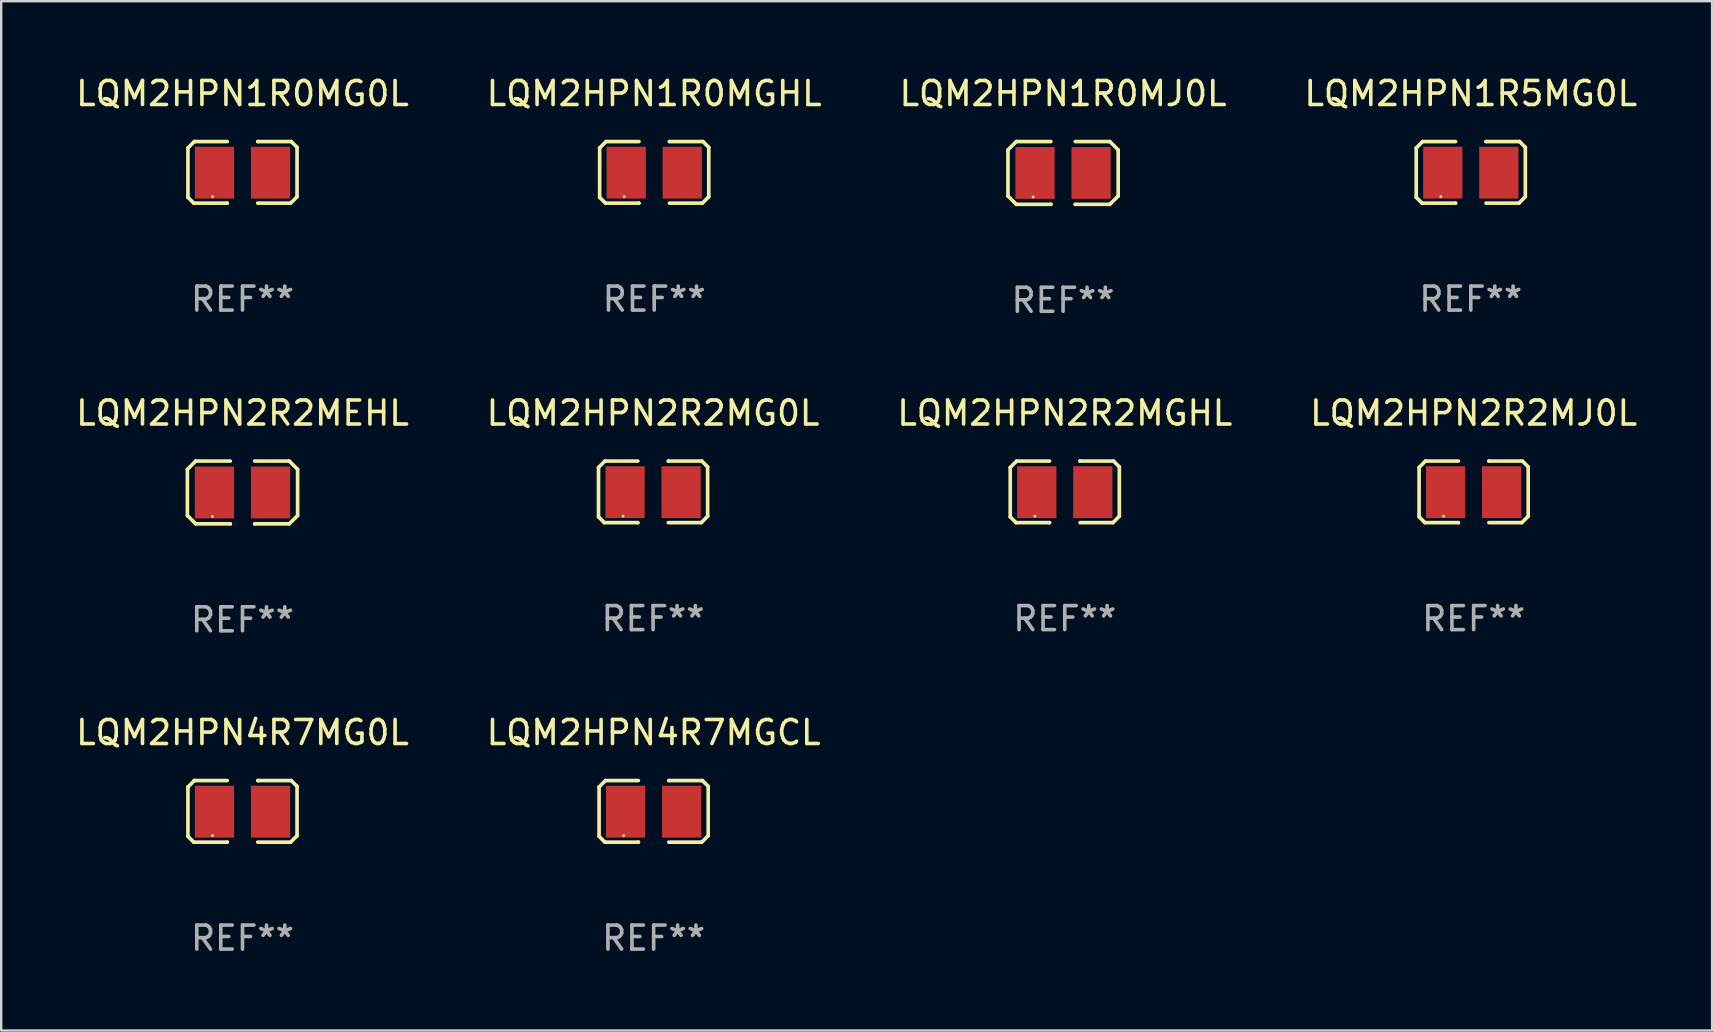
<source format=kicad_pcb>
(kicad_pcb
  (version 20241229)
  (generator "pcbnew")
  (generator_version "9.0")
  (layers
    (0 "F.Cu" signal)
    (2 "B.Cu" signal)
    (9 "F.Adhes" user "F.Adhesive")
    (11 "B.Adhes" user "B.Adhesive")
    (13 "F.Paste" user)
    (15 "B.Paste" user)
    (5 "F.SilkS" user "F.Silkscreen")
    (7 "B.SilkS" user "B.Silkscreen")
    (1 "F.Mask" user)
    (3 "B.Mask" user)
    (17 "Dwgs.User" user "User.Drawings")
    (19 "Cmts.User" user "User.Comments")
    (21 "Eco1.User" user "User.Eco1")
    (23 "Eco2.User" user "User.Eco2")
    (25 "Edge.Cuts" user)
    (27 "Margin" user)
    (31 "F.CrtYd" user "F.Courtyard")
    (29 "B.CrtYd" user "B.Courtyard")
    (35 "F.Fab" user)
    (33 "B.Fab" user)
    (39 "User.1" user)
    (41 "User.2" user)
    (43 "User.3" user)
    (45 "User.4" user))
  (footprint "LQM2HPN2R2MEHL"
    (layer "F.Cu")
    (at 7.054 17.469)
    (property "Reference" "LQM2HPN2R2MEHL" (at 0 -3.308 0) (layer "F.SilkS") (effects (font (size 1 1) (thickness 0.15))))
    (attr through_hole)
    (fp_line (start -2.296 -0.96) (end -1.948 -1.308) (stroke (width 0.152) (type solid)) (layer "F.SilkS"))
    (fp_line (start -2.296 0.96) (end -2.296 -0.96) (stroke (width 0.152) (type solid)) (layer "F.SilkS"))
    (fp_line (start -1.948 -1.308) (end -0.508 -1.308) (stroke (width 0.152) (type solid)) (layer "F.SilkS"))
    (fp_line (start -1.948 1.308) (end -2.296 0.96) (stroke (width 0.152) (type solid)) (layer "F.SilkS"))
    (fp_line (start -0.508 1.308) (end -1.948 1.308) (stroke (width 0.152) (type solid)) (layer "F.SilkS"))
    (fp_line (start -0.508 1.308) (end -0.508 1.308) (stroke (width 0.152) (type solid)) (layer "F.SilkS"))
    (fp_line (start 0.508 1.308) (end 0.508 1.308) (stroke (width 0.152) (type solid)) (layer "F.SilkS"))
    (fp_line (start 0.508 1.308) (end 1.948 1.308) (stroke (width 0.152) (type solid)) (layer "F.SilkS"))
    (fp_line (start 1.948 -1.308) (end 0.508 -1.308) (stroke (width 0.152) (type solid)) (layer "F.SilkS"))
    (fp_line (start 1.948 1.308) (end 2.296 0.963) (stroke (width 0.152) (type solid)) (layer "F.SilkS"))
    (fp_line (start 2.296 -0.963) (end 1.948 -1.308) (stroke (width 0.152) (type solid)) (layer "F.SilkS"))
    (fp_line (start 2.296 0.963) (end 2.296 -0.963) (stroke (width 0.152) (type solid)) (layer "F.SilkS"))
    (fp_circle (center -1.25 1) (end -1.22 1) (stroke (width 0.06) (type solid)) (fill no) (layer "F.SilkS"))
    (fp_text user "REF**" (at 0 5.308 0) (layer "F.Fab") (effects (font (size 1 1) (thickness 0.15))))
    (pad "1" smd rect (at -1.168 0.000025) (size 1.635 2.16) (layers "F.Cu" "F.Mask" "F.Paste"))
    (pad "2" smd rect (at 1.168 0.000025) (size 1.635 2.16) (layers "F.Cu" "F.Mask" "F.Paste")))
  (footprint "LQM2HPN4R7MGCL"
    (layer "F.Cu")
    (at 24.185 30.756)
    (property "Reference" "LQM2HPN4R7MGCL" (at 0 -3.283 0) (layer "F.SilkS") (effects (font (size 1 1) (thickness 0.15))))
    (attr through_hole)
    (fp_line (start -2.273 -1.016) (end -2.007 -1.283) (stroke (width 0.152) (type solid)) (layer "F.SilkS"))
    (fp_line (start -2.273 1.041) (end -2.273 -1.016) (stroke (width 0.152) (type solid)) (layer "F.SilkS"))
    (fp_line (start -2.032 1.283) (end -2.273 1.041) (stroke (width 0.152) (type solid)) (layer "F.SilkS"))
    (fp_line (start -2.007 -1.283) (end -0.635 -1.283) (stroke (width 0.152) (type solid)) (layer "F.SilkS"))
    (fp_line (start -0.635 1.283) (end -2.032 1.283) (stroke (width 0.152) (type solid)) (layer "F.SilkS"))
    (fp_line (start -0.635 1.283) (end -0.635 1.283) (stroke (width 0.152) (type solid)) (layer "F.SilkS"))
    (fp_line (start 0.635 -1.283) (end 0.635 -1.283) (stroke (width 0.152) (type solid)) (layer "F.SilkS"))
    (fp_line (start 0.635 -1.283) (end 2.032 -1.283) (stroke (width 0.152) (type solid)) (layer "F.SilkS"))
    (fp_line (start 2.007 1.283) (end 0.635 1.283) (stroke (width 0.152) (type solid)) (layer "F.SilkS"))
    (fp_line (start 2.032 -1.283) (end 2.273 -1.041) (stroke (width 0.152) (type solid)) (layer "F.SilkS"))
    (fp_line (start 2.273 -1.041) (end 2.273 1.016) (stroke (width 0.152) (type solid)) (layer "F.SilkS"))
    (fp_line (start 2.273 1.016) (end 2.007 1.283) (stroke (width 0.152) (type solid)) (layer "F.SilkS"))
    (fp_circle (center -1.25 1.013) (end -1.22 1.013) (stroke (width 0.06) (type solid)) (fill no) (layer "F.SilkS"))
    (fp_text user "REF**" (at 0 5.283 0) (layer "F.Fab") (effects (font (size 1 1) (thickness 0.15))))
    (pad "1" smd rect (at -1.167 0.013) (size 1.635 2.16) (layers "F.Cu" "F.Mask" "F.Paste"))
    (pad "2" smd rect (at 1.168 0.013) (size 1.635 2.16) (layers "F.Cu" "F.Mask" "F.Paste")))
  (footprint "LQM2HPN2R2MG0L"
    (layer "F.Cu")
    (at 24.161 17.444)
    (property "Reference" "LQM2HPN2R2MG0L" (at 0 -3.283 0) (layer "F.SilkS") (effects (font (size 1 1) (thickness 0.15))))
    (attr through_hole)
    (fp_line (start -2.273 -1.016) (end -2.007 -1.283) (stroke (width 0.152) (type solid)) (layer "F.SilkS"))
    (fp_line (start -2.273 1.041) (end -2.273 -1.016) (stroke (width 0.152) (type solid)) (layer "F.SilkS"))
    (fp_line (start -2.032 1.283) (end -2.273 1.041) (stroke (width 0.152) (type solid)) (layer "F.SilkS"))
    (fp_line (start -2.007 -1.283) (end -0.635 -1.283) (stroke (width 0.152) (type solid)) (layer "F.SilkS"))
    (fp_line (start -0.635 1.283) (end -2.032 1.283) (stroke (width 0.152) (type solid)) (layer "F.SilkS"))
    (fp_line (start -0.635 1.283) (end -0.635 1.283) (stroke (width 0.152) (type solid)) (layer "F.SilkS"))
    (fp_line (start 0.635 -1.283) (end 0.635 -1.283) (stroke (width 0.152) (type solid)) (layer "F.SilkS"))
    (fp_line (start 0.635 -1.283) (end 2.032 -1.283) (stroke (width 0.152) (type solid)) (layer "F.SilkS"))
    (fp_line (start 2.007 1.283) (end 0.635 1.283) (stroke (width 0.152) (type solid)) (layer "F.SilkS"))
    (fp_line (start 2.032 -1.283) (end 2.273 -1.041) (stroke (width 0.152) (type solid)) (layer "F.SilkS"))
    (fp_line (start 2.273 -1.041) (end 2.273 1.016) (stroke (width 0.152) (type solid)) (layer "F.SilkS"))
    (fp_line (start 2.273 1.016) (end 2.007 1.283) (stroke (width 0.152) (type solid)) (layer "F.SilkS"))
    (fp_circle (center -1.25 1.013) (end -1.22 1.013) (stroke (width 0.06) (type solid)) (fill no) (layer "F.SilkS"))
    (fp_text user "REF**" (at 0 5.283 0) (layer "F.Fab") (effects (font (size 1 1) (thickness 0.15))))
    (pad "1" smd rect (at -1.167 0.013) (size 1.635 2.16) (layers "F.Cu" "F.Mask" "F.Paste"))
    (pad "2" smd rect (at 1.168 0.013) (size 1.635 2.16) (layers "F.Cu" "F.Mask" "F.Paste")))
  (footprint "LQM2HPN1R0MG0L"
    (layer "F.Cu")
    (at 7.054 4.131)
    (property "Reference" "LQM2HPN1R0MG0L" (at 0 -3.283 0) (layer "F.SilkS") (effects (font (size 1 1) (thickness 0.15))))
    (attr through_hole)
    (fp_line (start -2.273 -1.016) (end -2.007 -1.283) (stroke (width 0.152) (type solid)) (layer "F.SilkS"))
    (fp_line (start -2.273 1.041) (end -2.273 -1.016) (stroke (width 0.152) (type solid)) (layer "F.SilkS"))
    (fp_line (start -2.032 1.283) (end -2.273 1.041) (stroke (width 0.152) (type solid)) (layer "F.SilkS"))
    (fp_line (start -2.007 -1.283) (end -0.635 -1.283) (stroke (width 0.152) (type solid)) (layer "F.SilkS"))
    (fp_line (start -0.635 1.283) (end -2.032 1.283) (stroke (width 0.152) (type solid)) (layer "F.SilkS"))
    (fp_line (start -0.635 1.283) (end -0.635 1.283) (stroke (width 0.152) (type solid)) (layer "F.SilkS"))
    (fp_line (start 0.635 -1.283) (end 0.635 -1.283) (stroke (width 0.152) (type solid)) (layer "F.SilkS"))
    (fp_line (start 0.635 -1.283) (end 2.032 -1.283) (stroke (width 0.152) (type solid)) (layer "F.SilkS"))
    (fp_line (start 2.007 1.283) (end 0.635 1.283) (stroke (width 0.152) (type solid)) (layer "F.SilkS"))
    (fp_line (start 2.032 -1.283) (end 2.273 -1.041) (stroke (width 0.152) (type solid)) (layer "F.SilkS"))
    (fp_line (start 2.273 -1.041) (end 2.273 1.016) (stroke (width 0.152) (type solid)) (layer "F.SilkS"))
    (fp_line (start 2.273 1.016) (end 2.007 1.283) (stroke (width 0.152) (type solid)) (layer "F.SilkS"))
    (fp_circle (center -1.25 1.013) (end -1.22 1.013) (stroke (width 0.06) (type solid)) (fill no) (layer "F.SilkS"))
    (fp_text user "REF**" (at 0 5.283 0) (layer "F.Fab") (effects (font (size 1 1) (thickness 0.15))))
    (pad "1" smd rect (at -1.167 0.013) (size 1.635 2.16) (layers "F.Cu" "F.Mask" "F.Paste"))
    (pad "2" smd rect (at 1.168 0.013) (size 1.635 2.16) (layers "F.Cu" "F.Mask" "F.Paste")))
  (footprint "LQM2HPN4R7MG0L"
    (layer "F.Cu")
    (at 7.054 30.756)
    (property "Reference" "LQM2HPN4R7MG0L" (at 0 -3.283 0) (layer "F.SilkS") (effects (font (size 1 1) (thickness 0.15))))
    (attr through_hole)
    (fp_line (start -2.273 -1.016) (end -2.007 -1.283) (stroke (width 0.152) (type solid)) (layer "F.SilkS"))
    (fp_line (start -2.273 1.041) (end -2.273 -1.016) (stroke (width 0.152) (type solid)) (layer "F.SilkS"))
    (fp_line (start -2.032 1.283) (end -2.273 1.041) (stroke (width 0.152) (type solid)) (layer "F.SilkS"))
    (fp_line (start -2.007 -1.283) (end -0.635 -1.283) (stroke (width 0.152) (type solid)) (layer "F.SilkS"))
    (fp_line (start -0.635 1.283) (end -2.032 1.283) (stroke (width 0.152) (type solid)) (layer "F.SilkS"))
    (fp_line (start -0.635 1.283) (end -0.635 1.283) (stroke (width 0.152) (type solid)) (layer "F.SilkS"))
    (fp_line (start 0.635 -1.283) (end 0.635 -1.283) (stroke (width 0.152) (type solid)) (layer "F.SilkS"))
    (fp_line (start 0.635 -1.283) (end 2.032 -1.283) (stroke (width 0.152) (type solid)) (layer "F.SilkS"))
    (fp_line (start 2.007 1.283) (end 0.635 1.283) (stroke (width 0.152) (type solid)) (layer "F.SilkS"))
    (fp_line (start 2.032 -1.283) (end 2.273 -1.041) (stroke (width 0.152) (type solid)) (layer "F.SilkS"))
    (fp_line (start 2.273 -1.041) (end 2.273 1.016) (stroke (width 0.152) (type solid)) (layer "F.SilkS"))
    (fp_line (start 2.273 1.016) (end 2.007 1.283) (stroke (width 0.152) (type solid)) (layer "F.SilkS"))
    (fp_circle (center -1.25 1.013) (end -1.22 1.013) (stroke (width 0.06) (type solid)) (fill no) (layer "F.SilkS"))
    (fp_text user "REF**" (at 0 5.283 0) (layer "F.Fab") (effects (font (size 1 1) (thickness 0.15))))
    (pad "1" smd rect (at -1.167 0.013) (size 1.635 2.16) (layers "F.Cu" "F.Mask" "F.Paste"))
    (pad "2" smd rect (at 1.168 0.013) (size 1.635 2.16) (layers "F.Cu" "F.Mask" "F.Paste")))
  (footprint "LQM2HPN2R2MGHL"
    (layer "F.Cu")
    (at 41.315 17.444)
    (property "Reference" "LQM2HPN2R2MGHL" (at 0 -3.283 0) (layer "F.SilkS") (effects (font (size 1 1) (thickness 0.15))))
    (attr through_hole)
    (fp_line (start -2.273 -1.016) (end -2.007 -1.283) (stroke (width 0.152) (type solid)) (layer "F.SilkS"))
    (fp_line (start -2.273 1.041) (end -2.273 -1.016) (stroke (width 0.152) (type solid)) (layer "F.SilkS"))
    (fp_line (start -2.032 1.283) (end -2.273 1.041) (stroke (width 0.152) (type solid)) (layer "F.SilkS"))
    (fp_line (start -2.007 -1.283) (end -0.635 -1.283) (stroke (width 0.152) (type solid)) (layer "F.SilkS"))
    (fp_line (start -0.635 1.283) (end -2.032 1.283) (stroke (width 0.152) (type solid)) (layer "F.SilkS"))
    (fp_line (start -0.635 1.283) (end -0.635 1.283) (stroke (width 0.152) (type solid)) (layer "F.SilkS"))
    (fp_line (start 0.635 -1.283) (end 0.635 -1.283) (stroke (width 0.152) (type solid)) (layer "F.SilkS"))
    (fp_line (start 0.635 -1.283) (end 2.032 -1.283) (stroke (width 0.152) (type solid)) (layer "F.SilkS"))
    (fp_line (start 2.007 1.283) (end 0.635 1.283) (stroke (width 0.152) (type solid)) (layer "F.SilkS"))
    (fp_line (start 2.032 -1.283) (end 2.273 -1.041) (stroke (width 0.152) (type solid)) (layer "F.SilkS"))
    (fp_line (start 2.273 -1.041) (end 2.273 1.016) (stroke (width 0.152) (type solid)) (layer "F.SilkS"))
    (fp_line (start 2.273 1.016) (end 2.007 1.283) (stroke (width 0.152) (type solid)) (layer "F.SilkS"))
    (fp_circle (center -1.25 1.013) (end -1.22 1.013) (stroke (width 0.06) (type solid)) (fill no) (layer "F.SilkS"))
    (fp_text user "REF**" (at 0 5.283 0) (layer "F.Fab") (effects (font (size 1 1) (thickness 0.15))))
    (pad "1" smd rect (at -1.167 0.013) (size 1.635 2.16) (layers "F.Cu" "F.Mask" "F.Paste"))
    (pad "2" smd rect (at 1.168 0.013) (size 1.635 2.16) (layers "F.Cu" "F.Mask" "F.Paste")))
  (footprint "LQM2HPN1R5MG0L"
    (layer "F.Cu")
    (at 58.232 4.131)
    (property "Reference" "LQM2HPN1R5MG0L" (at 0 -3.283 0) (layer "F.SilkS") (effects (font (size 1 1) (thickness 0.15))))
    (attr through_hole)
    (fp_line (start -2.273 -1.016) (end -2.007 -1.283) (stroke (width 0.152) (type solid)) (layer "F.SilkS"))
    (fp_line (start -2.273 1.041) (end -2.273 -1.016) (stroke (width 0.152) (type solid)) (layer "F.SilkS"))
    (fp_line (start -2.032 1.283) (end -2.273 1.041) (stroke (width 0.152) (type solid)) (layer "F.SilkS"))
    (fp_line (start -2.007 -1.283) (end -0.635 -1.283) (stroke (width 0.152) (type solid)) (layer "F.SilkS"))
    (fp_line (start -0.635 1.283) (end -2.032 1.283) (stroke (width 0.152) (type solid)) (layer "F.SilkS"))
    (fp_line (start -0.635 1.283) (end -0.635 1.283) (stroke (width 0.152) (type solid)) (layer "F.SilkS"))
    (fp_line (start 0.635 -1.283) (end 0.635 -1.283) (stroke (width 0.152) (type solid)) (layer "F.SilkS"))
    (fp_line (start 0.635 -1.283) (end 2.032 -1.283) (stroke (width 0.152) (type solid)) (layer "F.SilkS"))
    (fp_line (start 2.007 1.283) (end 0.635 1.283) (stroke (width 0.152) (type solid)) (layer "F.SilkS"))
    (fp_line (start 2.032 -1.283) (end 2.273 -1.041) (stroke (width 0.152) (type solid)) (layer "F.SilkS"))
    (fp_line (start 2.273 -1.041) (end 2.273 1.016) (stroke (width 0.152) (type solid)) (layer "F.SilkS"))
    (fp_line (start 2.273 1.016) (end 2.007 1.283) (stroke (width 0.152) (type solid)) (layer "F.SilkS"))
    (fp_circle (center -1.25 1.013) (end -1.22 1.013) (stroke (width 0.06) (type solid)) (fill no) (layer "F.SilkS"))
    (fp_text user "REF**" (at 0 5.283 0) (layer "F.Fab") (effects (font (size 1 1) (thickness 0.15))))
    (pad "1" smd rect (at -1.167 0.013) (size 1.635 2.16) (layers "F.Cu" "F.Mask" "F.Paste"))
    (pad "2" smd rect (at 1.168 0.013) (size 1.635 2.16) (layers "F.Cu" "F.Mask" "F.Paste")))
  (footprint "LQM2HPN1R0MJ0L"
    (layer "F.Cu")
    (at 41.244 4.156)
    (property "Reference" "LQM2HPN1R0MJ0L" (at 0 -3.308 0) (layer "F.SilkS") (effects (font (size 1 1) (thickness 0.15))))
    (attr through_hole)
    (fp_line (start -2.296 -0.96) (end -1.948 -1.308) (stroke (width 0.152) (type solid)) (layer "F.SilkS"))
    (fp_line (start -2.296 0.96) (end -2.296 -0.96) (stroke (width 0.152) (type solid)) (layer "F.SilkS"))
    (fp_line (start -1.948 -1.308) (end -0.508 -1.308) (stroke (width 0.152) (type solid)) (layer "F.SilkS"))
    (fp_line (start -1.948 1.308) (end -2.296 0.96) (stroke (width 0.152) (type solid)) (layer "F.SilkS"))
    (fp_line (start -0.508 1.308) (end -1.948 1.308) (stroke (width 0.152) (type solid)) (layer "F.SilkS"))
    (fp_line (start -0.508 1.308) (end -0.508 1.308) (stroke (width 0.152) (type solid)) (layer "F.SilkS"))
    (fp_line (start 0.508 1.308) (end 0.508 1.308) (stroke (width 0.152) (type solid)) (layer "F.SilkS"))
    (fp_line (start 0.508 1.308) (end 1.948 1.308) (stroke (width 0.152) (type solid)) (layer "F.SilkS"))
    (fp_line (start 1.948 -1.308) (end 0.508 -1.308) (stroke (width 0.152) (type solid)) (layer "F.SilkS"))
    (fp_line (start 1.948 1.308) (end 2.296 0.963) (stroke (width 0.152) (type solid)) (layer "F.SilkS"))
    (fp_line (start 2.296 -0.963) (end 1.948 -1.308) (stroke (width 0.152) (type solid)) (layer "F.SilkS"))
    (fp_line (start 2.296 0.963) (end 2.296 -0.963) (stroke (width 0.152) (type solid)) (layer "F.SilkS"))
    (fp_circle (center -1.25 1) (end -1.22 1) (stroke (width 0.06) (type solid)) (fill no) (layer "F.SilkS"))
    (fp_text user "REF**" (at 0 5.308 0) (layer "F.Fab") (effects (font (size 1 1) (thickness 0.15))))
    (pad "1" smd rect (at -1.168 0.000025) (size 1.635 2.16) (layers "F.Cu" "F.Mask" "F.Paste"))
    (pad "2" smd rect (at 1.168 0.000025) (size 1.635 2.16) (layers "F.Cu" "F.Mask" "F.Paste")))
  (footprint "LQM2HPN2R2MJ0L"
    (layer "F.Cu")
    (at 58.351 17.444)
    (property "Reference" "LQM2HPN2R2MJ0L" (at 0 -3.283 0) (layer "F.SilkS") (effects (font (size 1 1) (thickness 0.15))))
    (attr through_hole)
    (fp_line (start -2.273 -1.016) (end -2.007 -1.283) (stroke (width 0.152) (type solid)) (layer "F.SilkS"))
    (fp_line (start -2.273 1.041) (end -2.273 -1.016) (stroke (width 0.152) (type solid)) (layer "F.SilkS"))
    (fp_line (start -2.032 1.283) (end -2.273 1.041) (stroke (width 0.152) (type solid)) (layer "F.SilkS"))
    (fp_line (start -2.007 -1.283) (end -0.635 -1.283) (stroke (width 0.152) (type solid)) (layer "F.SilkS"))
    (fp_line (start -0.635 1.283) (end -2.032 1.283) (stroke (width 0.152) (type solid)) (layer "F.SilkS"))
    (fp_line (start -0.635 1.283) (end -0.635 1.283) (stroke (width 0.152) (type solid)) (layer "F.SilkS"))
    (fp_line (start 0.635 -1.283) (end 0.635 -1.283) (stroke (width 0.152) (type solid)) (layer "F.SilkS"))
    (fp_line (start 0.635 -1.283) (end 2.032 -1.283) (stroke (width 0.152) (type solid)) (layer "F.SilkS"))
    (fp_line (start 2.007 1.283) (end 0.635 1.283) (stroke (width 0.152) (type solid)) (layer "F.SilkS"))
    (fp_line (start 2.032 -1.283) (end 2.273 -1.041) (stroke (width 0.152) (type solid)) (layer "F.SilkS"))
    (fp_line (start 2.273 -1.041) (end 2.273 1.016) (stroke (width 0.152) (type solid)) (layer "F.SilkS"))
    (fp_line (start 2.273 1.016) (end 2.007 1.283) (stroke (width 0.152) (type solid)) (layer "F.SilkS"))
    (fp_circle (center -1.25 1.013) (end -1.22 1.013) (stroke (width 0.06) (type solid)) (fill no) (layer "F.SilkS"))
    (fp_text user "REF**" (at 0 5.283 0) (layer "F.Fab") (effects (font (size 1 1) (thickness 0.15))))
    (pad "1" smd rect (at -1.167 0.013) (size 1.635 2.16) (layers "F.Cu" "F.Mask" "F.Paste"))
    (pad "2" smd rect (at 1.168 0.013) (size 1.635 2.16) (layers "F.Cu" "F.Mask" "F.Paste")))
  (footprint "LQM2HPN1R0MGHL"
    (layer "F.Cu")
    (at 24.208 4.131)
    (property "Reference" "LQM2HPN1R0MGHL" (at 0 -3.283 0) (layer "F.SilkS") (effects (font (size 1 1) (thickness 0.15))))
    (attr through_hole)
    (fp_line (start -2.273 -1.016) (end -2.007 -1.283) (stroke (width 0.152) (type solid)) (layer "F.SilkS"))
    (fp_line (start -2.273 1.041) (end -2.273 -1.016) (stroke (width 0.152) (type solid)) (layer "F.SilkS"))
    (fp_line (start -2.032 1.283) (end -2.273 1.041) (stroke (width 0.152) (type solid)) (layer "F.SilkS"))
    (fp_line (start -2.007 -1.283) (end -0.635 -1.283) (stroke (width 0.152) (type solid)) (layer "F.SilkS"))
    (fp_line (start -0.635 1.283) (end -2.032 1.283) (stroke (width 0.152) (type solid)) (layer "F.SilkS"))
    (fp_line (start -0.635 1.283) (end -0.635 1.283) (stroke (width 0.152) (type solid)) (layer "F.SilkS"))
    (fp_line (start 0.635 -1.283) (end 0.635 -1.283) (stroke (width 0.152) (type solid)) (layer "F.SilkS"))
    (fp_line (start 0.635 -1.283) (end 2.032 -1.283) (stroke (width 0.152) (type solid)) (layer "F.SilkS"))
    (fp_line (start 2.007 1.283) (end 0.635 1.283) (stroke (width 0.152) (type solid)) (layer "F.SilkS"))
    (fp_line (start 2.032 -1.283) (end 2.273 -1.041) (stroke (width 0.152) (type solid)) (layer "F.SilkS"))
    (fp_line (start 2.273 -1.041) (end 2.273 1.016) (stroke (width 0.152) (type solid)) (layer "F.SilkS"))
    (fp_line (start 2.273 1.016) (end 2.007 1.283) (stroke (width 0.152) (type solid)) (layer "F.SilkS"))
    (fp_circle (center -1.25 1.013) (end -1.22 1.013) (stroke (width 0.06) (type solid)) (fill no) (layer "F.SilkS"))
    (fp_text user "REF**" (at 0 5.283 0) (layer "F.Fab") (effects (font (size 1 1) (thickness 0.15))))
    (pad "1" smd rect (at -1.167 0.013) (size 1.635 2.16) (layers "F.Cu" "F.Mask" "F.Paste"))
    (pad "2" smd rect (at 1.168 0.013) (size 1.635 2.16) (layers "F.Cu" "F.Mask" "F.Paste")))
  (gr_rect
    (start -3 -3)
    (end 68.286 39.887)
    (stroke (width 0.1) (type default))
    (fill no)
    (layer "Edge.Cuts")))
</source>
